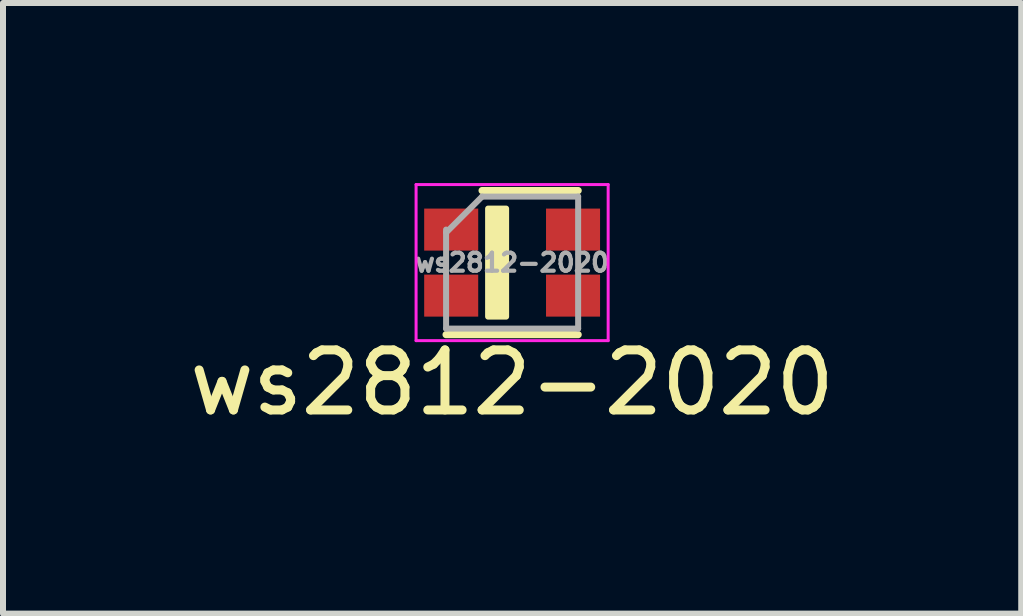
<source format=kicad_pcb>
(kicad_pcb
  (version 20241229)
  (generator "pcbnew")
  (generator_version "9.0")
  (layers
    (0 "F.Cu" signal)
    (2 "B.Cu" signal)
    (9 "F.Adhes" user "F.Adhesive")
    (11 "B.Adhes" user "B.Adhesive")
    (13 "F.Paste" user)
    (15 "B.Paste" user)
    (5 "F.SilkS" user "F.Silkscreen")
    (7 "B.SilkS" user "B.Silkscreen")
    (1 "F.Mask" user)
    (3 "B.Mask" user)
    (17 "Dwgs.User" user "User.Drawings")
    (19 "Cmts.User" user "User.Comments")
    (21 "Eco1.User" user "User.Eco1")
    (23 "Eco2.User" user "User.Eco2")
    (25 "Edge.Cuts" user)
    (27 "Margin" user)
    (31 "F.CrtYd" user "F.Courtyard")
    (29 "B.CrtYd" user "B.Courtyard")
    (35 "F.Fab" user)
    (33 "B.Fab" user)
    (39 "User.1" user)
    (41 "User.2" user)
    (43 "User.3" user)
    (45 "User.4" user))
  (footprint "ws2812-2020"
    (layer "F.Cu")
    (at 5.482 1.325)
    (property "Reference" "ws2812-2020" (at 0 2 0) (unlocked yes) (layer "F.SilkS") (effects (font (size 1 1) (thickness 0.15))))
    (fp_line (start 1.1 -1.2) (end -0.5 -1.2) (stroke (width 0.12) (type solid)) (layer "F.SilkS"))
    (fp_line (start 1.1 1.2) (end -1.1 1.2) (stroke (width 0.12) (type solid)) (layer "F.SilkS"))
    (fp_rect (start -0.4 -0.9) (end -0.1 0.9) (stroke (width 0.1) (type solid)) (fill yes) (layer "F.SilkS"))
    (fp_line (start -1.6 -1.3) (end -1.6 1.3) (stroke (width 0.05) (type solid)) (layer "F.CrtYd"))
    (fp_line (start 1.6 -1.3) (end -1.6 -1.3) (stroke (width 0.05) (type solid)) (layer "F.CrtYd"))
    (fp_line (start 1.6 -1.3) (end 1.6 1.3) (stroke (width 0.05) (type solid)) (layer "F.CrtYd"))
    (fp_line (start 1.6 1.3) (end -1.6 1.3) (stroke (width 0.05) (type solid)) (layer "F.CrtYd"))
    (fp_line (start -1.1 -0.5) (end -0.5 -1.1) (stroke (width 0.1) (type solid)) (layer "F.Fab"))
    (fp_line (start -1.1 1.1) (end -1.1 -0.55) (stroke (width 0.1) (type solid)) (layer "F.Fab"))
    (fp_line (start -1.1 1.1) (end 1.1 1.1) (stroke (width 0.1) (type solid)) (layer "F.Fab"))
    (fp_line (start 1.1 -1.1) (end -0.5 -1.1) (stroke (width 0.1) (type solid)) (layer "F.Fab"))
    (fp_line (start 1.1 -1.1) (end 1.1 1.1) (stroke (width 0.1) (type solid)) (layer "F.Fab"))
    (fp_text user "${REFERENCE}" (at 0 0 0) (layer "F.Fab") (effects (font (size 0.3 0.3) (thickness 0.07))))
    (pad "1" smd rect (at -1.015 -0.55) (size 0.9 0.7) (layers "F.Cu" "F.Mask" "F.Paste"))
    (pad "2" smd rect (at -1.015 0.55) (size 0.9 0.7) (layers "F.Cu" "F.Mask" "F.Paste"))
    (pad "3" smd rect (at 1.015 0.55) (size 0.9 0.7) (layers "F.Cu" "F.Mask" "F.Paste"))
    (pad "4" smd rect (at 1.015 -0.55) (size 0.9 0.7) (layers "F.Cu" "F.Mask" "F.Paste")))
  (gr_rect
    (start -3 -3)
    (end 13.964 7.173)
    (stroke (width 0.1) (type default))
    (fill no)
    (layer "Edge.Cuts")))
</source>
